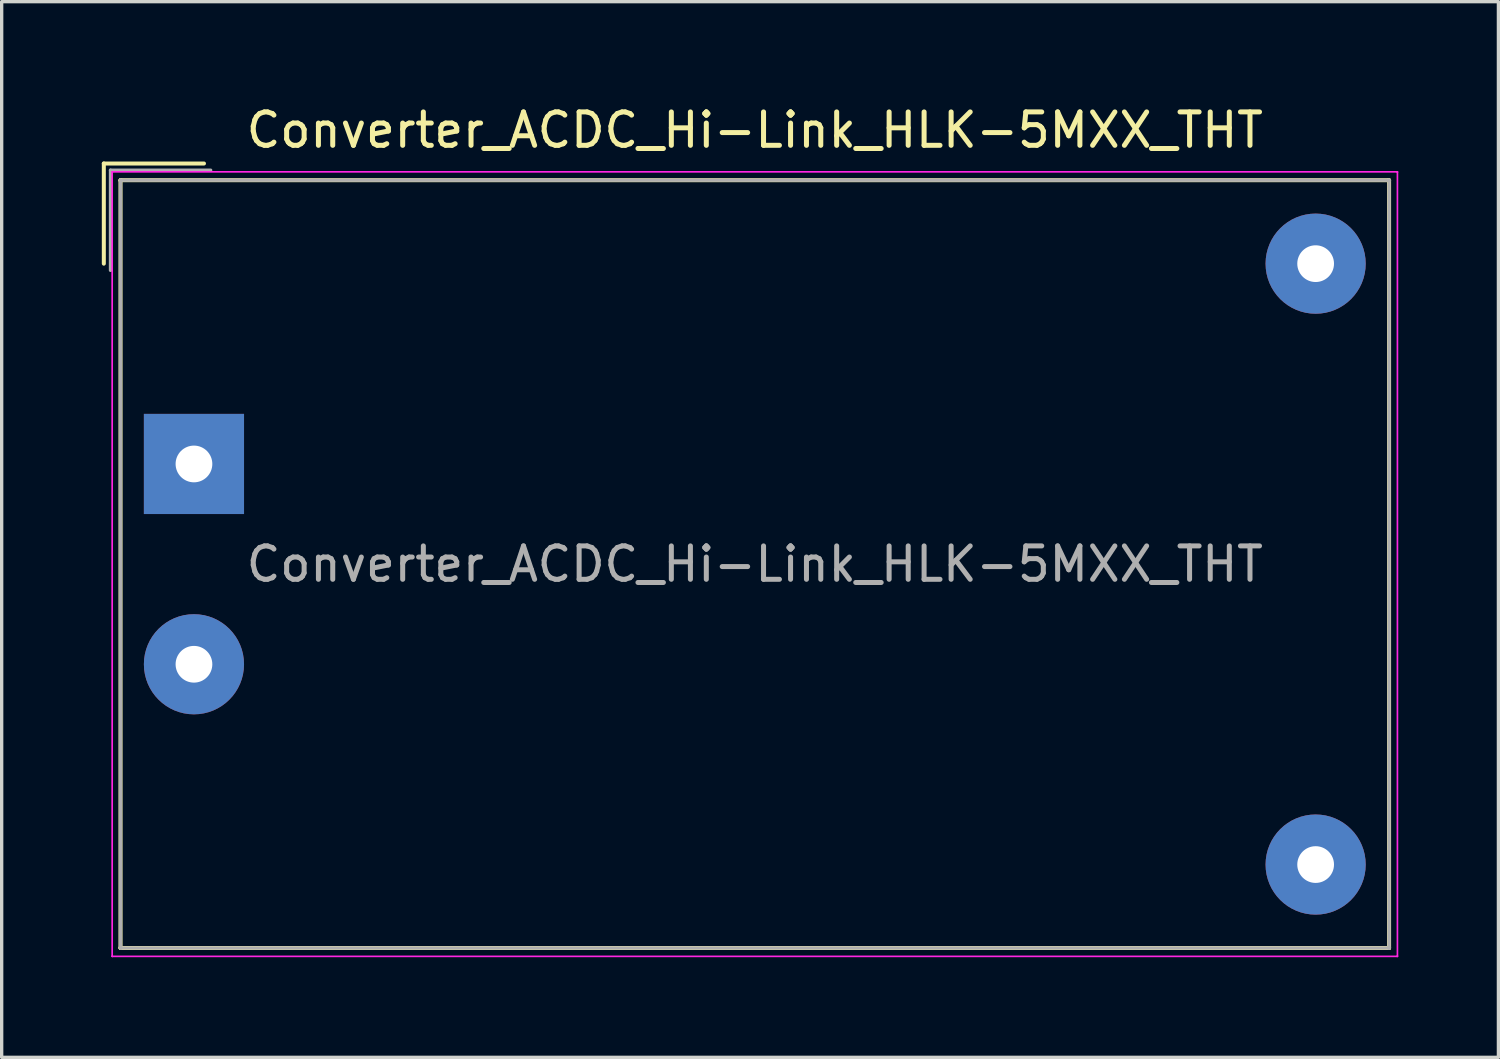
<source format=kicad_pcb>
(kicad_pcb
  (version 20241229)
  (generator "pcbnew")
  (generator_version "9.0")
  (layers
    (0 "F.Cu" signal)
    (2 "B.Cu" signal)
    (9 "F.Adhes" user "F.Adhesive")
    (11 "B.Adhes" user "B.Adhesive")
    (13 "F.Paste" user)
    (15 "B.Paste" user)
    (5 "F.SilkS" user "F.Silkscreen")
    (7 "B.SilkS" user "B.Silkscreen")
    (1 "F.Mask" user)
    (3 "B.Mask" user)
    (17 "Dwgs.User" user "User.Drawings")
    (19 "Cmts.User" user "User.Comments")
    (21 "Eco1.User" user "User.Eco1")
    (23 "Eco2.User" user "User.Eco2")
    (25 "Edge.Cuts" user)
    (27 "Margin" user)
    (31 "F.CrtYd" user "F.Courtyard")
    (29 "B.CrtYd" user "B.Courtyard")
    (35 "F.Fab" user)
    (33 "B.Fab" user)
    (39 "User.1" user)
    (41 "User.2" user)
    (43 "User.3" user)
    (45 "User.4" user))
  (footprint "Converter_ACDC_Hi-Link_HLK-5MXX_THT"
    (layer "F.Cu")
    (at 2.76 10.848)
    (property "Reference" "Converter_ACDC_Hi-Link_HLK-5MXX_THT" (at 16.8 -10 0) (layer "F.SilkS") (effects (font (size 1 1) (thickness 0.15))))
    (attr through_hole)
    (fp_line (start -2.7 -9) (end -2.7 -6) (stroke (width 0.12) (type solid)) (layer "F.SilkS"))
    (fp_line (start -2.7 -9) (end 0.3 -9) (stroke (width 0.12) (type solid)) (layer "F.SilkS"))
    (fp_line (start -2.2 -8.5) (end -2.19 -8.5) (stroke (width 0.12) (type solid)) (layer "F.SilkS"))
    (fp_line (start -2.2 -8.49) (end -2.2 -8.5) (stroke (width 0.12) (type solid)) (layer "F.SilkS"))
    (fp_line (start -2.2 14.49) (end -2.2 -8.49) (stroke (width 0.12) (type solid)) (layer "F.SilkS"))
    (fp_line (start -2.2 14.5) (end -2.2 14.49) (stroke (width 0.12) (type solid)) (layer "F.SilkS"))
    (fp_line (start -2.19 -8.5) (end 35.79 -8.5) (stroke (width 0.12) (type solid)) (layer "F.SilkS"))
    (fp_line (start -2.19 14.5) (end -2.2 14.5) (stroke (width 0.12) (type solid)) (layer "F.SilkS"))
    (fp_line (start 35.79 -8.5) (end 35.8 -8.5) (stroke (width 0.12) (type solid)) (layer "F.SilkS"))
    (fp_line (start 35.79 14.5) (end -2.19 14.5) (stroke (width 0.12) (type solid)) (layer "F.SilkS"))
    (fp_line (start 35.8 -8.5) (end 35.8 -8.49) (stroke (width 0.12) (type solid)) (layer "F.SilkS"))
    (fp_line (start 35.8 -8.49) (end 35.8 14.49) (stroke (width 0.12) (type solid)) (layer "F.SilkS"))
    (fp_line (start 35.8 14.49) (end 35.8 14.5) (stroke (width 0.12) (type solid)) (layer "F.SilkS"))
    (fp_line (start 35.8 14.5) (end 35.79 14.5) (stroke (width 0.12) (type solid)) (layer "F.SilkS"))
    (fp_line (start -2.45 -8.75) (end -2.44 -8.75) (stroke (width 0.05) (type solid)) (layer "F.CrtYd"))
    (fp_line (start -2.45 -8.74) (end -2.45 -8.75) (stroke (width 0.05) (type solid)) (layer "F.CrtYd"))
    (fp_line (start -2.45 14.74) (end -2.45 -8.74) (stroke (width 0.05) (type solid)) (layer "F.CrtYd"))
    (fp_line (start -2.45 14.75) (end -2.45 14.74) (stroke (width 0.05) (type solid)) (layer "F.CrtYd"))
    (fp_line (start -2.44 -8.75) (end 36.04 -8.75) (stroke (width 0.05) (type solid)) (layer "F.CrtYd"))
    (fp_line (start -2.44 14.75) (end -2.45 14.75) (stroke (width 0.05) (type solid)) (layer "F.CrtYd"))
    (fp_line (start 36.04 -8.75) (end 36.05 -8.75) (stroke (width 0.05) (type solid)) (layer "F.CrtYd"))
    (fp_line (start 36.04 14.75) (end -2.44 14.75) (stroke (width 0.05) (type solid)) (layer "F.CrtYd"))
    (fp_line (start 36.05 -8.75) (end 36.05 -8.74) (stroke (width 0.05) (type solid)) (layer "F.CrtYd"))
    (fp_line (start 36.05 -8.74) (end 36.05 14.74) (stroke (width 0.05) (type solid)) (layer "F.CrtYd"))
    (fp_line (start 36.05 14.74) (end 36.05 14.75) (stroke (width 0.05) (type solid)) (layer "F.CrtYd"))
    (fp_line (start 36.05 14.75) (end 36.04 14.75) (stroke (width 0.05) (type solid)) (layer "F.CrtYd"))
    (fp_line (start -2.5 -8.8) (end -2.5 -5.8) (stroke (width 0.1) (type solid)) (layer "F.Fab"))
    (fp_line (start -2.5 -8.8) (end 0.5 -8.8) (stroke (width 0.1) (type solid)) (layer "F.Fab"))
    (fp_line (start -2.2 -8.5) (end -2.19 -8.5) (stroke (width 0.1) (type solid)) (layer "F.Fab"))
    (fp_line (start -2.2 -8.49) (end -2.2 -8.5) (stroke (width 0.1) (type solid)) (layer "F.Fab"))
    (fp_line (start -2.2 14.49) (end -2.2 -8.49) (stroke (width 0.1) (type solid)) (layer "F.Fab"))
    (fp_line (start -2.2 14.5) (end -2.2 14.49) (stroke (width 0.1) (type solid)) (layer "F.Fab"))
    (fp_line (start -2.19 -8.5) (end 35.79 -8.5) (stroke (width 0.1) (type solid)) (layer "F.Fab"))
    (fp_line (start -2.19 14.5) (end -2.2 14.5) (stroke (width 0.1) (type solid)) (layer "F.Fab"))
    (fp_line (start 35.79 -8.5) (end 35.8 -8.5) (stroke (width 0.1) (type solid)) (layer "F.Fab"))
    (fp_line (start 35.79 14.5) (end -2.19 14.5) (stroke (width 0.1) (type solid)) (layer "F.Fab"))
    (fp_line (start 35.8 -8.5) (end 35.8 -8.49) (stroke (width 0.1) (type solid)) (layer "F.Fab"))
    (fp_line (start 35.8 -8.49) (end 35.8 14.49) (stroke (width 0.1) (type solid)) (layer "F.Fab"))
    (fp_line (start 35.8 14.49) (end 35.8 14.5) (stroke (width 0.1) (type solid)) (layer "F.Fab"))
    (fp_line (start 35.8 14.5) (end 35.79 14.5) (stroke (width 0.1) (type solid)) (layer "F.Fab"))
    (fp_text user "${REFERENCE}" (at 16.8 3 0) (layer "F.Fab") (effects (font (size 1 1) (thickness 0.15))))
    (pad "1" thru_hole rect (at 0 0) (size 3 3) (drill 1.1) (layers "*.Cu" "*.Mask"))
    (pad "2" thru_hole circle (at 0 6) (size 3 3) (drill 1.1) (layers "*.Cu" "*.Mask"))
    (pad "3" thru_hole circle (at 33.6 -6) (size 3 3) (drill 1.1) (layers "*.Cu" "*.Mask"))
    (pad "4" thru_hole circle (at 33.6 12) (size 3 3) (drill 1.1) (layers "*.Cu" "*.Mask")))
  (gr_rect
    (start -3 -3)
    (end 41.835 28.623)
    (stroke (width 0.1) (type default))
    (fill no)
    (layer "Edge.Cuts")))
</source>
